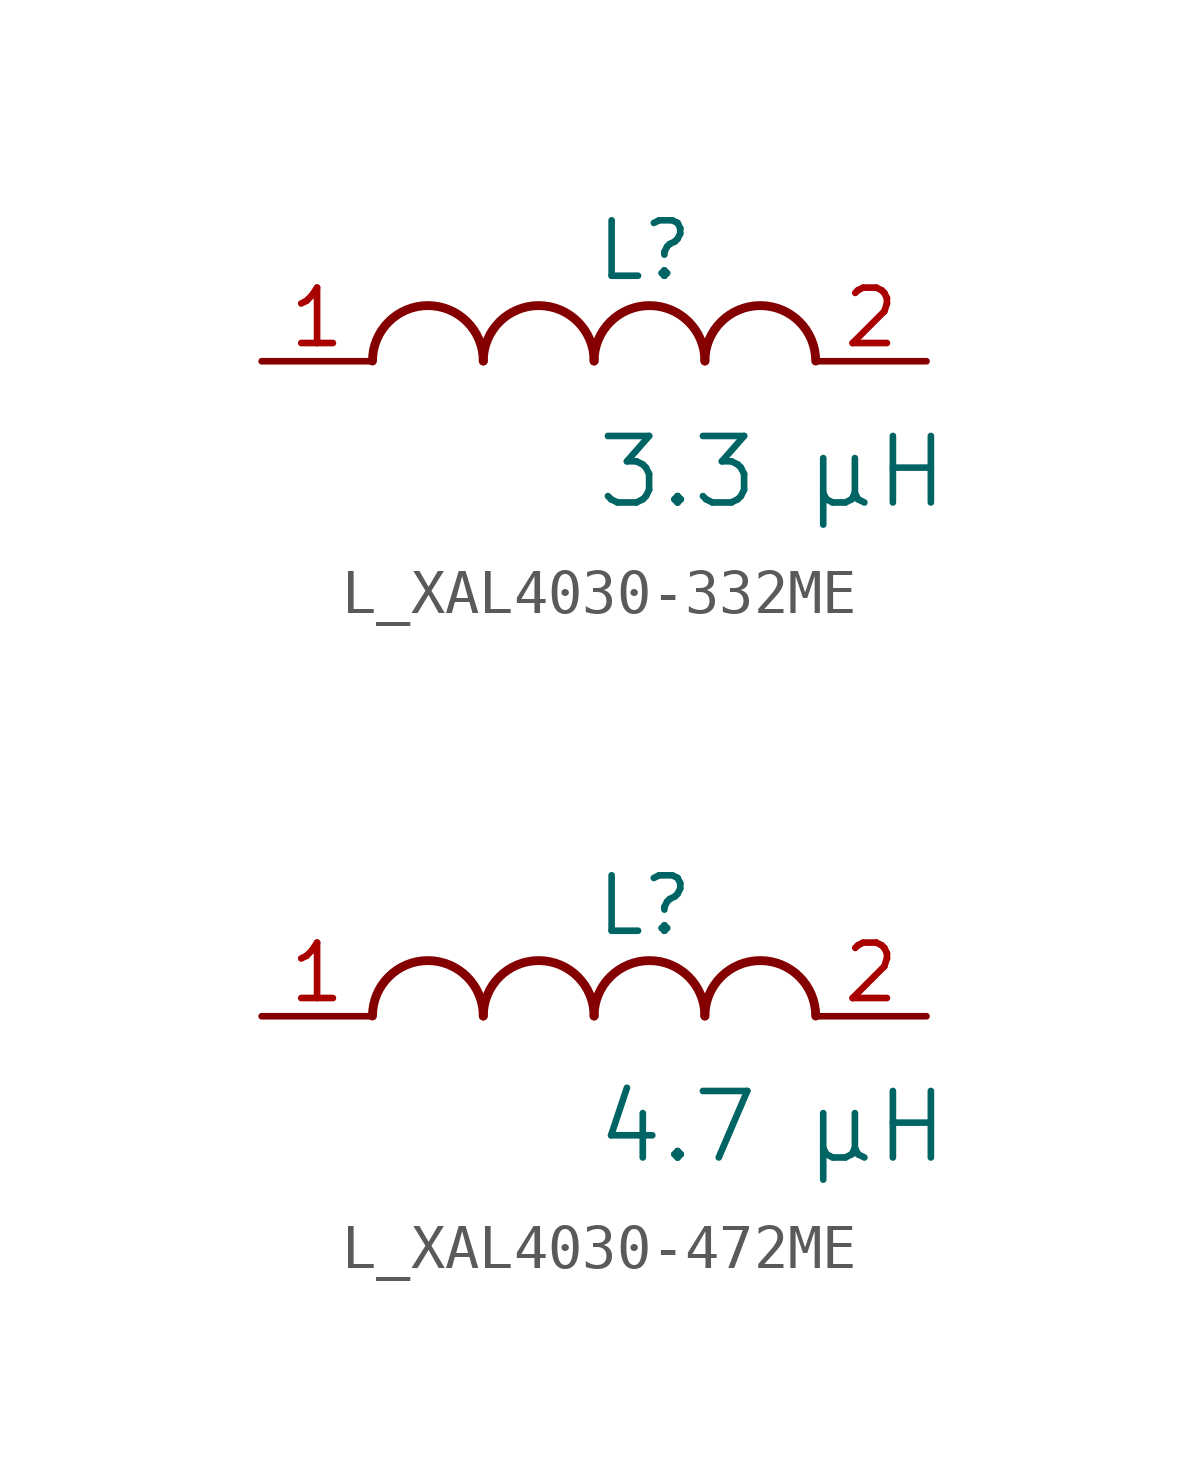
<source format=kicad_sym>
(kicad_symbol_lib
  (version 20231120)
  (generator "kicad_symbol_editor")
  (generator_version "8.0")
  (symbol "L_XAL4030-332ME"
    (pin_names
      (offset 0.254))
    (property "Reference" "L"
      (at 0 2.54 0)
      (effects (font (size 1.27 1.27)) (justify left)))
    (property "Value" "3.3 µH"
      (at 0 -2.54 0)
      (effects (font (size 1.524 1.524)) (justify left)))
    (symbol "L_XAL4030-332ME_1_1"
      (arc (start -2.54 0.0056) (mid -3.81 1.27) (end -5.08 0.0056) (stroke (width 0.2032) (type default)) (fill (type none)))
      (arc (start 0 0.0056) (mid -1.27 1.27) (end -2.54 0.0056) (stroke (width 0.2032) (type default)) (fill (type none)))
      (arc (start 2.54 0.0056) (mid 1.27 1.27) (end 0 0.0056) (stroke (width 0.2032) (type default)) (fill (type none)))
      (arc (start 5.08 0.0056) (mid 3.81 1.27) (end 2.54 0.0056) (stroke (width 0.2032) (type default)) (fill (type none)))
      (pin unspecified line (at -7.62 0 0) (length 2.54) (name "" (effects (font (size 1.27 1.27)))) (number "1" (effects (font (size 1.27 1.27)))))
      (pin unspecified line (at 7.62 0 180) (length 2.54) (name "" (effects (font (size 1.27 1.27)))) (number "2" (effects (font (size 1.27 1.27)))))))
  (symbol "L_XAL4030-472ME"
    (pin_names
      (offset 0.254))
    (property "Reference" "L"
      (at 0 2.54 0)
      (effects (font (size 1.27 1.27)) (justify left)))
    (property "Value" "4.7 µH"
      (at 0 -2.54 0)
      (effects (font (size 1.524 1.524)) (justify left)))
    (symbol "L_XAL4030-472ME_1_1"
      (arc (start -2.54 0.0056) (mid -3.81 1.27) (end -5.08 0.0056) (stroke (width 0.2032) (type default)) (fill (type none)))
      (arc (start 0 0.0056) (mid -1.27 1.27) (end -2.54 0.0056) (stroke (width 0.2032) (type default)) (fill (type none)))
      (arc (start 2.54 0.0056) (mid 1.27 1.27) (end 0 0.0056) (stroke (width 0.2032) (type default)) (fill (type none)))
      (arc (start 5.08 0.0056) (mid 3.81 1.27) (end 2.54 0.0056) (stroke (width 0.2032) (type default)) (fill (type none)))
      (pin unspecified line (at -7.62 0 0) (length 2.54) (name "" (effects (font (size 1.27 1.27)))) (number "1" (effects (font (size 1.27 1.27)))))
      (pin unspecified line (at 7.62 0 180) (length 2.54) (name "" (effects (font (size 1.27 1.27)))) (number "2" (effects (font (size 1.27 1.27))))))))
</source>
